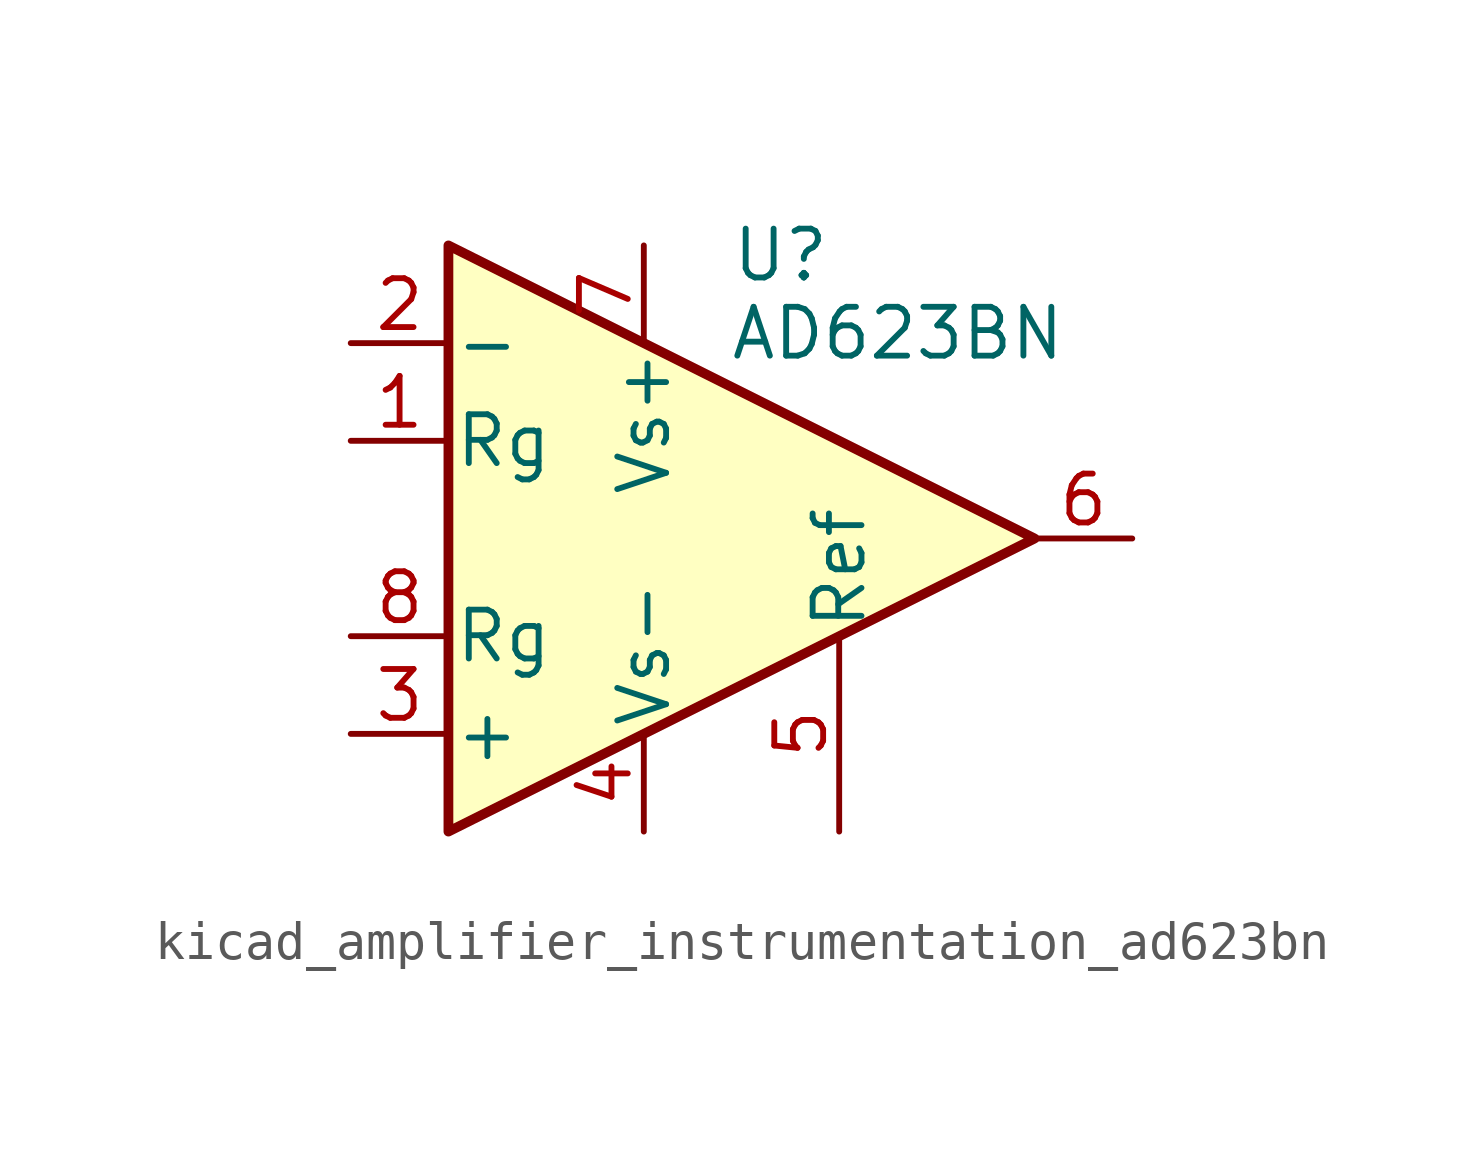
<source format=kicad_sym>
(kicad_symbol_lib
  (version 20220914)
  (generator kicad_symbol_editor)
  (symbol "kicad_amplifier_instrumentation_ad623bn"
    (pin_names
      (offset 0.127))
    (property "Reference" "U"
      (at 3.556 7.366 0)
      (effects (font (size 1.27 1.27))))
    (property "Value" "AD623BN"
      (at 6.604 5.334 0)
      (effects (font (size 1.27 1.27))))
    (symbol "kicad_amplifier_instrumentation_ad623bn_0_1"
      (polyline (pts (xy -5.08 7.62) (xy -5.08 -7.62) (xy 10.16 0) (xy -5.08 7.62)) (stroke (width 0.254) (type default)) (fill (type background))))
    (symbol "kicad_amplifier_instrumentation_ad623bn_1_1"
      (pin passive line (at -7.62 2.54 0) (length 2.54) (name "Rg" (effects (font (size 1.27 1.27)))) (number "1" (effects (font (size 1.27 1.27)))))
      (pin input line (at -7.62 5.08 0) (length 2.54) (name "-" (effects (font (size 1.27 1.27)))) (number "2" (effects (font (size 1.27 1.27)))))
      (pin input line (at -7.62 -5.08 0) (length 2.54) (name "+" (effects (font (size 1.27 1.27)))) (number "3" (effects (font (size 1.27 1.27)))))
      (pin power_in line (at 0 -7.62 90) (length 2.54) (name "Vs-" (effects (font (size 1.27 1.27)))) (number "4" (effects (font (size 1.27 1.27)))))
      (pin passive line (at 5.08 -7.62 90) (length 5.08) (name "Ref" (effects (font (size 1.27 1.27)))) (number "5" (effects (font (size 1.27 1.27)))))
      (pin output line (at 12.7 0 180) (length 2.54) (name "~" (effects (font (size 1.27 1.27)))) (number "6" (effects (font (size 1.27 1.27)))))
      (pin power_in line (at 0 7.62 270) (length 2.54) (name "Vs+" (effects (font (size 1.27 1.27)))) (number "7" (effects (font (size 1.27 1.27)))))
      (pin passive line (at -7.62 -2.54 0) (length 2.54) (name "Rg" (effects (font (size 1.27 1.27)))) (number "8" (effects (font (size 1.27 1.27))))))))
</source>
